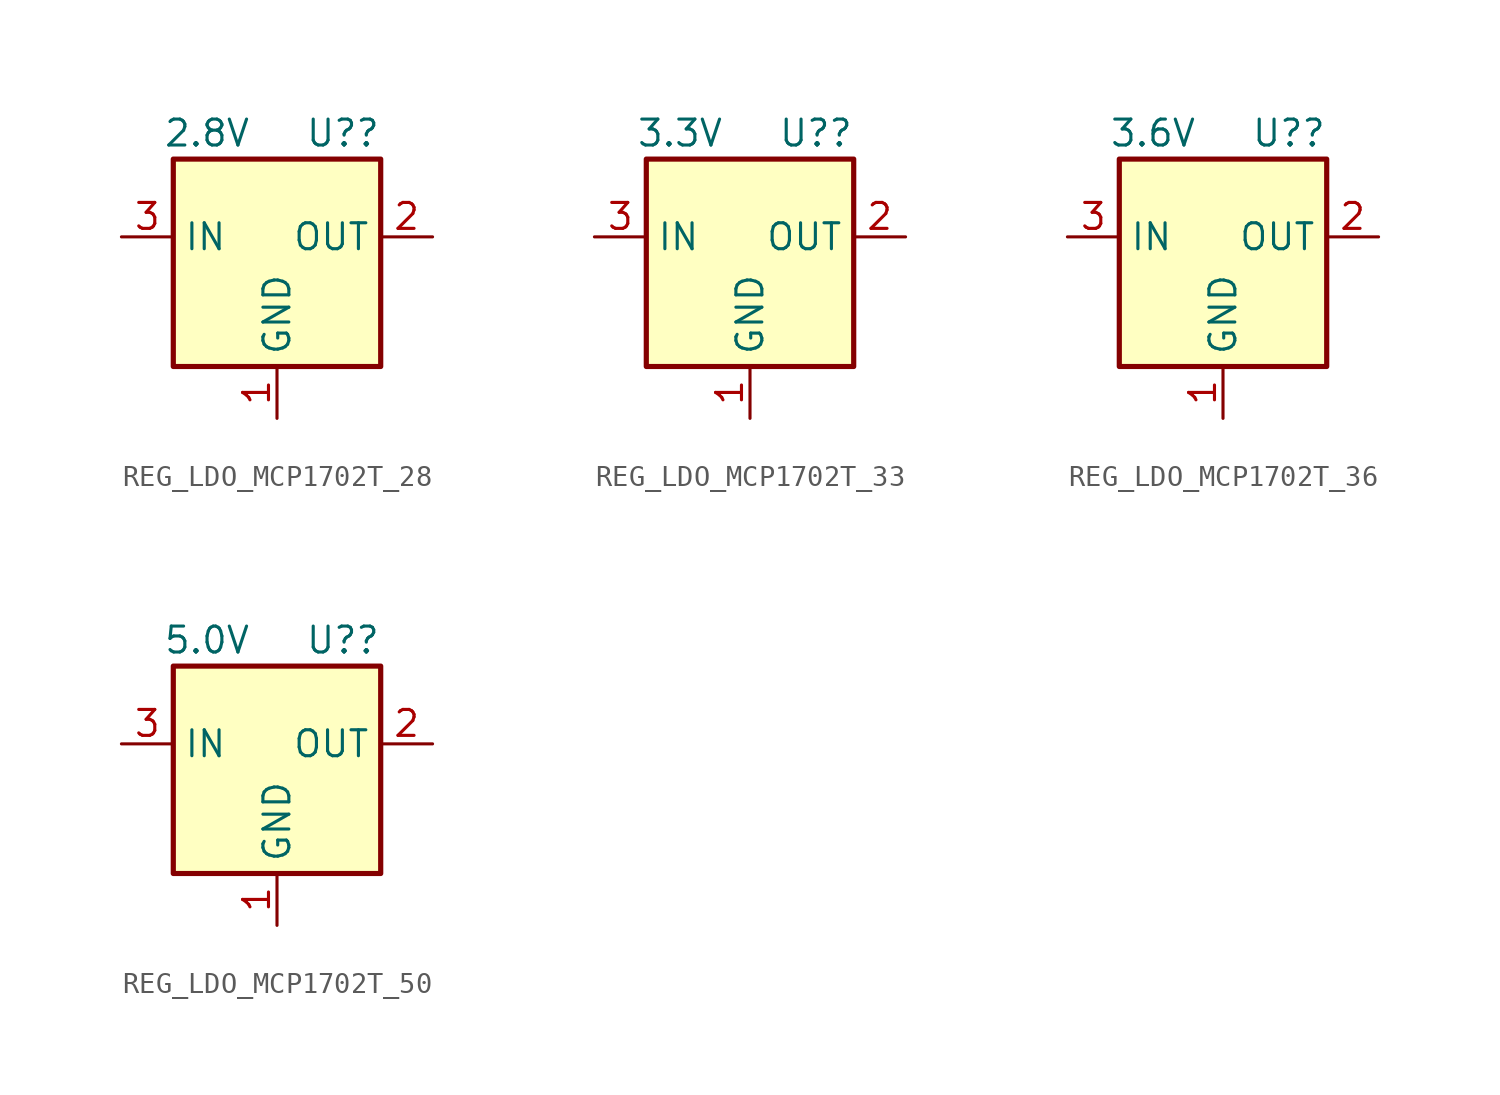
<source format=kicad_sym>
(kicad_symbol_lib
  (version 20231120)
  (generator "kicad_symbol_editor")
  (generator_version "8.0")
  (symbol "REG_LDO_MCP1702T_28"
    (property "Reference" "U?"
      (at 5.08 5.08 0)
      (effects (font (size 1.27 1.27)) (justify right)))
    (property "Value" "2.8V"
      (at -1.27 5.08 0)
      (effects (font (size 1.27 1.27)) (justify right)))
    (symbol "REG_LDO_MCP1702T_28_0_1"
      (rectangle (start 5.08 3.81) (end -5.08 -6.35) (stroke (width 0.254) (type default)) (fill (type background))))
    (symbol "REG_LDO_MCP1702T_28_1_1"
      (pin power_in line (at 0 -8.89 90) (length 2.54) (name "GND" (effects (font (size 1.27 1.27)))) (number "1" (effects (font (size 1.27 1.27)))))
      (pin power_out line (at 7.62 0 180) (length 2.54) (name "OUT" (effects (font (size 1.27 1.27)))) (number "2" (effects (font (size 1.27 1.27)))))
      (pin power_in line (at -7.62 0 0) (length 2.54) (name "IN" (effects (font (size 1.27 1.27)))) (number "3" (effects (font (size 1.27 1.27)))))))
  (symbol "REG_LDO_MCP1702T_33"
    (property "Reference" "U?"
      (at 5.08 5.08 0)
      (effects (font (size 1.27 1.27)) (justify right)))
    (property "Value" "3.3V"
      (at -1.27 5.08 0)
      (effects (font (size 1.27 1.27)) (justify right)))
    (symbol "REG_LDO_MCP1702T_33_0_1"
      (rectangle (start 5.08 3.81) (end -5.08 -6.35) (stroke (width 0.254) (type default)) (fill (type background))))
    (symbol "REG_LDO_MCP1702T_33_1_1"
      (pin power_in line (at 0 -8.89 90) (length 2.54) (name "GND" (effects (font (size 1.27 1.27)))) (number "1" (effects (font (size 1.27 1.27)))))
      (pin power_out line (at 7.62 0 180) (length 2.54) (name "OUT" (effects (font (size 1.27 1.27)))) (number "2" (effects (font (size 1.27 1.27)))))
      (pin power_in line (at -7.62 0 0) (length 2.54) (name "IN" (effects (font (size 1.27 1.27)))) (number "3" (effects (font (size 1.27 1.27)))))))
  (symbol "REG_LDO_MCP1702T_36"
    (property "Reference" "U?"
      (at 5.08 5.08 0)
      (effects (font (size 1.27 1.27)) (justify right)))
    (property "Value" "3.6V"
      (at -1.27 5.08 0)
      (effects (font (size 1.27 1.27)) (justify right)))
    (symbol "REG_LDO_MCP1702T_36_0_1"
      (rectangle (start 5.08 3.81) (end -5.08 -6.35) (stroke (width 0.254) (type default)) (fill (type background))))
    (symbol "REG_LDO_MCP1702T_36_1_1"
      (pin power_in line (at 0 -8.89 90) (length 2.54) (name "GND" (effects (font (size 1.27 1.27)))) (number "1" (effects (font (size 1.27 1.27)))))
      (pin power_out line (at 7.62 0 180) (length 2.54) (name "OUT" (effects (font (size 1.27 1.27)))) (number "2" (effects (font (size 1.27 1.27)))))
      (pin power_in line (at -7.62 0 0) (length 2.54) (name "IN" (effects (font (size 1.27 1.27)))) (number "3" (effects (font (size 1.27 1.27)))))))
  (symbol "REG_LDO_MCP1702T_50"
    (property "Reference" "U?"
      (at 5.08 5.08 0)
      (effects (font (size 1.27 1.27)) (justify right)))
    (property "Value" "5.0V"
      (at -1.27 5.08 0)
      (effects (font (size 1.27 1.27)) (justify right)))
    (symbol "REG_LDO_MCP1702T_50_0_1"
      (rectangle (start 5.08 3.81) (end -5.08 -6.35) (stroke (width 0.254) (type default)) (fill (type background))))
    (symbol "REG_LDO_MCP1702T_50_1_1"
      (pin power_in line (at 0 -8.89 90) (length 2.54) (name "GND" (effects (font (size 1.27 1.27)))) (number "1" (effects (font (size 1.27 1.27)))))
      (pin power_out line (at 7.62 0 180) (length 2.54) (name "OUT" (effects (font (size 1.27 1.27)))) (number "2" (effects (font (size 1.27 1.27)))))
      (pin power_in line (at -7.62 0 0) (length 2.54) (name "IN" (effects (font (size 1.27 1.27)))) (number "3" (effects (font (size 1.27 1.27))))))))
</source>
